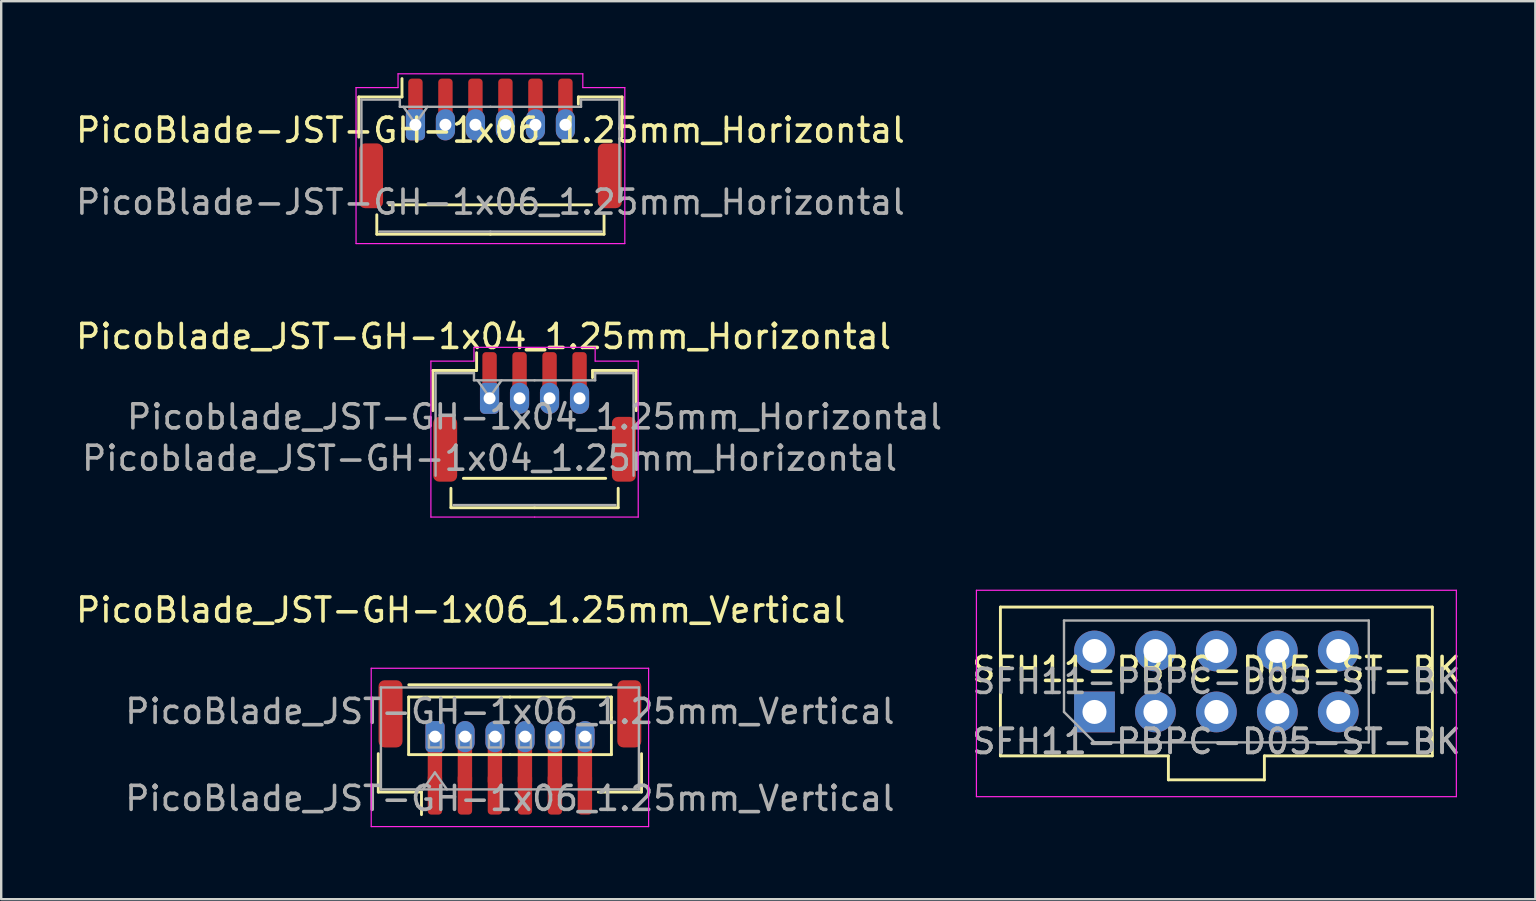
<source format=kicad_pcb>
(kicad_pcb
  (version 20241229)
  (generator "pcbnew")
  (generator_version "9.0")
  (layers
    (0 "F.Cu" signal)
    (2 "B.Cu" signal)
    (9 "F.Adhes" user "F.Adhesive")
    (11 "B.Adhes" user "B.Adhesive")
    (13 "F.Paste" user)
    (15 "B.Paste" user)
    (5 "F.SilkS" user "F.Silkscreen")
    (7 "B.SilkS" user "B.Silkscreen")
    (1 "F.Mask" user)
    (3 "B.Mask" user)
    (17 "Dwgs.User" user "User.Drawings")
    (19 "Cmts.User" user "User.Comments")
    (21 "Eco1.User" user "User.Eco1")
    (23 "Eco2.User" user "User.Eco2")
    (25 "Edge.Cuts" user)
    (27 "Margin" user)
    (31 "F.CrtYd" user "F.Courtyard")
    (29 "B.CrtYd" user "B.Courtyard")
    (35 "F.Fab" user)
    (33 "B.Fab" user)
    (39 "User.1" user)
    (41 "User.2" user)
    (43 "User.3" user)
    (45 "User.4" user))
  (footprint "Picoblade_JST-GH-1x04_1.25mm_Horizontal"
    (layer "F.Cu")
    (at 19.226 14.323)
    (property "Reference" "Picoblade_JST-GH-1x04_1.25mm_Horizontal" (at -2.125 -3.35 0) (unlocked yes) (layer "F.SilkS") (effects (font (size 1 1) (thickness 0.15))))
    (attr through_hole)
    (fp_line (start -4.235 -0.26) (end -4.235 -1.935) (stroke (width 0.12) (type solid)) (layer "F.SilkS"))
    (fp_line (start -3.485 2.975) (end -3.485 3.785) (stroke (width 0.12) (type solid)) (layer "F.SilkS"))
    (fp_line (start -3.485 3.785) (end 0 3.785) (stroke (width 0.12) (type solid)) (layer "F.SilkS"))
    (fp_line (start -2.965 2.56) (end 2.965 2.56) (stroke (width 0.12) (type solid)) (layer "F.SilkS"))
    (fp_line (start -2.415 -1.935) (end -4.235 -1.935) (stroke (width 0.12) (type solid)) (layer "F.SilkS"))
    (fp_line (start -2.415 -1.935) (end -2.415 -2.675) (stroke (width 0.12) (type solid)) (layer "F.SilkS"))
    (fp_line (start 2.415 -1.935) (end 4.235 -1.935) (stroke (width 0.12) (type solid)) (layer "F.SilkS"))
    (fp_line (start 2.415 -1.635) (end 2.415 -1.935) (stroke (width 0.12) (type solid)) (layer "F.SilkS"))
    (fp_line (start 3.485 2.975) (end 3.485 3.785) (stroke (width 0.12) (type solid)) (layer "F.SilkS"))
    (fp_line (start 3.485 3.785) (end 0 3.785) (stroke (width 0.12) (type solid)) (layer "F.SilkS"))
    (fp_line (start 4.235 -0.26) (end 4.235 -1.935) (stroke (width 0.12) (type solid)) (layer "F.SilkS"))
    (fp_line (start -4.32 -2.325) (end -4.32 4.175) (stroke (width 0.05) (type solid)) (layer "F.CrtYd"))
    (fp_line (start -4.32 4.175) (end 0.005 4.175) (stroke (width 0.05) (type solid)) (layer "F.CrtYd"))
    (fp_line (start -2.525 -2.9) (end 2.525 -2.9) (stroke (width 0.05) (type solid)) (layer "F.CrtYd"))
    (fp_line (start -2.525 -2.325) (end -4.32 -2.325) (stroke (width 0.05) (type solid)) (layer "F.CrtYd"))
    (fp_line (start -2.525 -2.325) (end -2.525 -2.9) (stroke (width 0.05) (type solid)) (layer "F.CrtYd"))
    (fp_line (start 2.525 -2.325) (end 2.525 -2.9) (stroke (width 0.05) (type solid)) (layer "F.CrtYd"))
    (fp_line (start 2.525 -2.325) (end 4.32 -2.325) (stroke (width 0.05) (type solid)) (layer "F.CrtYd"))
    (fp_line (start 4.32 4.175) (end 0.005 4.175) (stroke (width 0.05) (type solid)) (layer "F.CrtYd"))
    (fp_line (start 4.32 4.175) (end 4.32 -2.325) (stroke (width 0.05) (type solid)) (layer "F.CrtYd"))
    (fp_line (start -4.125 -1.825) (end -4.125 2.45) (stroke (width 0.1) (type solid)) (layer "F.Fab"))
    (fp_line (start -3.375 3.675) (end 0 3.675) (stroke (width 0.1) (type solid)) (layer "F.Fab"))
    (fp_line (start -2.525 -1.825) (end -4.125 -1.825) (stroke (width 0.1) (type solid)) (layer "F.Fab"))
    (fp_line (start -2.525 -1.525) (end -2.525 -1.825) (stroke (width 0.1) (type solid)) (layer "F.Fab"))
    (fp_line (start -2.375 -1.525) (end -1.875 -0.818) (stroke (width 0.1) (type solid)) (layer "F.Fab"))
    (fp_line (start -1.875 -0.818) (end -1.375 -1.525) (stroke (width 0.1) (type solid)) (layer "F.Fab"))
    (fp_line (start 0 -1.525) (end -2.525 -1.525) (stroke (width 0.1) (type solid)) (layer "F.Fab"))
    (fp_line (start 0 -1.525) (end 2.525 -1.525) (stroke (width 0.1) (type solid)) (layer "F.Fab"))
    (fp_line (start 2.525 -1.825) (end 4.125 -1.825) (stroke (width 0.1) (type solid)) (layer "F.Fab"))
    (fp_line (start 2.525 -1.525) (end 2.525 -1.825) (stroke (width 0.1) (type solid)) (layer "F.Fab"))
    (fp_line (start 3.375 3.675) (end 0 3.675) (stroke (width 0.1) (type solid)) (layer "F.Fab"))
    (fp_line (start 4.125 -1.825) (end 4.125 2.45) (stroke (width 0.1) (type solid)) (layer "F.Fab"))
    (fp_text user "${REFERENCE}" (at 0 0 0) (layer "F.Fab") (effects (font (size 1 1) (thickness 0.15))))
    (fp_text user "${REFERENCE}" (at -1.875 1.725 0) (unlocked yes) (layer "F.Fab") (effects (font (size 1 1) (thickness 0.15))))
    (pad "1" smd roundrect (at -1.875 -1.85) (size 0.6 1.7) (layers "F.Cu" "F.Mask" "F.Paste") (roundrect_rratio 0.25))
    (pad "1" thru_hole roundrect (at -1.875 -0.775) (size 0.8 1.3) (drill 0.5) (layers "*.Cu" "*.Mask") (roundrect_rratio 0.25))
    (pad "2" smd roundrect (at -0.625 -1.85) (size 0.6 1.7) (layers "F.Cu" "F.Mask" "F.Paste") (roundrect_rratio 0.25))
    (pad "2" thru_hole oval (at -0.625 -0.775) (size 0.8 1.3) (drill 0.5) (layers "*.Cu" "*.Mask"))
    (pad "3" smd roundrect (at 0.625 -1.85) (size 0.6 1.7) (layers "F.Cu" "F.Mask" "F.Paste") (roundrect_rratio 0.25))
    (pad "3" thru_hole oval (at 0.625 -0.775) (size 0.8 1.3) (drill 0.5) (layers "*.Cu" "*.Mask"))
    (pad "4" smd roundrect (at 1.875 -1.85) (size 0.6 1.7) (layers "F.Cu" "F.Mask" "F.Paste") (roundrect_rratio 0.25))
    (pad "4" thru_hole oval (at 1.875 -0.775) (size 0.8 1.3) (drill 0.5) (layers "*.Cu" "*.Mask"))
    (pad "MP" smd roundrect (at -3.725 1.35) (size 1 2.7) (layers "F.Cu" "F.Mask" "F.Paste") (roundrect_rratio 0.25))
    (pad "MP" smd roundrect (at 3.725 1.35) (size 1 2.7) (layers "F.Cu" "F.Mask" "F.Paste") (roundrect_rratio 0.25)))
  (footprint "PicoBlade_JST-GH-1x06_1.25mm_Vertical"
    (layer "F.Cu")
    (at 18.199 26.297)
    (property "Reference" "PicoBlade_JST-GH-1x06_1.25mm_Vertical" (at -2.05 -3.925 0) (unlocked yes) (layer "F.SilkS") (effects (font (size 1 1) (thickness 0.15))))
    (attr through_hole)
    (fp_line (start -5.485 2.06) (end -5.485 3.66) (stroke (width 0.12) (type solid)) (layer "F.SilkS"))
    (fp_line (start -5.485 3.66) (end -3.685 3.66) (stroke (width 0.12) (type solid)) (layer "F.SilkS"))
    (fp_line (start -4.22 -0.3) (end 0.005 -0.3) (stroke (width 0.12) (type solid)) (layer "F.SilkS"))
    (fp_line (start -4.22 0.55) (end -4.22 -0.3) (stroke (width 0.12) (type solid)) (layer "F.SilkS"))
    (fp_line (start -4.22 2.1) (end -4.22 0.55) (stroke (width 0.12) (type solid)) (layer "F.SilkS"))
    (fp_line (start -4.215 -0.81) (end 4.215 -0.81) (stroke (width 0.12) (type solid)) (layer "F.SilkS"))
    (fp_line (start -3.685 3.66) (end -3.685 4.6) (stroke (width 0.12) (type solid)) (layer "F.SilkS"))
    (fp_line (start 0.005 2.1) (end -4.22 2.1) (stroke (width 0.12) (type solid)) (layer "F.SilkS"))
    (fp_line (start 0.005 2.1) (end 4.23 2.1) (stroke (width 0.12) (type solid)) (layer "F.SilkS"))
    (fp_line (start 4.23 -0.3) (end 0.005 -0.3) (stroke (width 0.12) (type solid)) (layer "F.SilkS"))
    (fp_line (start 4.23 0.55) (end 4.23 -0.3) (stroke (width 0.12) (type solid)) (layer "F.SilkS"))
    (fp_line (start 4.23 2.1) (end 4.23 0.55) (stroke (width 0.12) (type solid)) (layer "F.SilkS"))
    (fp_line (start 5.485 2.06) (end 5.485 3.66) (stroke (width 0.12) (type solid)) (layer "F.SilkS"))
    (fp_line (start 5.485 3.66) (end 3.685 3.66) (stroke (width 0.12) (type solid)) (layer "F.SilkS"))
    (fp_line (start -5.78 -1.5) (end -5.78 5.1) (stroke (width 0.05) (type solid)) (layer "F.CrtYd"))
    (fp_line (start -5.78 5.1) (end 5.78 5.1) (stroke (width 0.05) (type solid)) (layer "F.CrtYd"))
    (fp_line (start 5.78 -1.5) (end -5.78 -1.5) (stroke (width 0.05) (type solid)) (layer "F.CrtYd"))
    (fp_line (start 5.78 5.1) (end 5.78 -1.5) (stroke (width 0.05) (type solid)) (layer "F.CrtYd"))
    (fp_line (start -5.375 -0.7) (end 5.375 -0.7) (stroke (width 0.1) (type solid)) (layer "F.Fab"))
    (fp_line (start -5.375 3.55) (end -5.375 -0.7) (stroke (width 0.1) (type solid)) (layer "F.Fab"))
    (fp_line (start -5.375 3.55) (end 5.375 3.55) (stroke (width 0.1) (type solid)) (layer "F.Fab"))
    (fp_line (start -3.625 3.55) (end -3.125 2.843) (stroke (width 0.1) (type solid)) (layer "F.Fab"))
    (fp_line (start -3.375 1.3) (end -3.375 1.8) (stroke (width 0.1) (type solid)) (layer "F.Fab"))
    (fp_line (start -3.375 1.8) (end -2.875 1.8) (stroke (width 0.1) (type solid)) (layer "F.Fab"))
    (fp_line (start -3.125 2.843) (end -2.625 3.55) (stroke (width 0.1) (type solid)) (layer "F.Fab"))
    (fp_line (start -2.875 1.3) (end -3.375 1.3) (stroke (width 0.1) (type solid)) (layer "F.Fab"))
    (fp_line (start -2.875 1.8) (end -2.875 1.3) (stroke (width 0.1) (type solid)) (layer "F.Fab"))
    (fp_line (start -2.125 1.3) (end -2.125 1.8) (stroke (width 0.1) (type solid)) (layer "F.Fab"))
    (fp_line (start -2.125 1.8) (end -1.625 1.8) (stroke (width 0.1) (type solid)) (layer "F.Fab"))
    (fp_line (start -1.625 1.3) (end -2.125 1.3) (stroke (width 0.1) (type solid)) (layer "F.Fab"))
    (fp_line (start -1.625 1.8) (end -1.625 1.3) (stroke (width 0.1) (type solid)) (layer "F.Fab"))
    (fp_line (start -0.875 1.3) (end -0.875 1.8) (stroke (width 0.1) (type solid)) (layer "F.Fab"))
    (fp_line (start -0.875 1.8) (end -0.375 1.8) (stroke (width 0.1) (type solid)) (layer "F.Fab"))
    (fp_line (start -0.375 1.3) (end -0.875 1.3) (stroke (width 0.1) (type solid)) (layer "F.Fab"))
    (fp_line (start -0.375 1.8) (end -0.375 1.3) (stroke (width 0.1) (type solid)) (layer "F.Fab"))
    (fp_line (start 0.375 1.3) (end 0.375 1.8) (stroke (width 0.1) (type solid)) (layer "F.Fab"))
    (fp_line (start 0.375 1.8) (end 0.875 1.8) (stroke (width 0.1) (type solid)) (layer "F.Fab"))
    (fp_line (start 0.875 1.3) (end 0.375 1.3) (stroke (width 0.1) (type solid)) (layer "F.Fab"))
    (fp_line (start 0.875 1.8) (end 0.875 1.3) (stroke (width 0.1) (type solid)) (layer "F.Fab"))
    (fp_line (start 1.625 1.3) (end 1.625 1.8) (stroke (width 0.1) (type solid)) (layer "F.Fab"))
    (fp_line (start 1.625 1.8) (end 2.125 1.8) (stroke (width 0.1) (type solid)) (layer "F.Fab"))
    (fp_line (start 2.125 1.3) (end 1.625 1.3) (stroke (width 0.1) (type solid)) (layer "F.Fab"))
    (fp_line (start 2.125 1.8) (end 2.125 1.3) (stroke (width 0.1) (type solid)) (layer "F.Fab"))
    (fp_line (start 2.875 1.3) (end 2.875 1.8) (stroke (width 0.1) (type solid)) (layer "F.Fab"))
    (fp_line (start 2.875 1.8) (end 3.375 1.8) (stroke (width 0.1) (type solid)) (layer "F.Fab"))
    (fp_line (start 3.375 1.3) (end 2.875 1.3) (stroke (width 0.1) (type solid)) (layer "F.Fab"))
    (fp_line (start 3.375 1.8) (end 3.375 1.3) (stroke (width 0.1) (type solid)) (layer "F.Fab"))
    (fp_line (start 5.375 3.55) (end 5.375 -0.7) (stroke (width 0.1) (type solid)) (layer "F.Fab"))
    (fp_text user "${REFERENCE}" (at 0 3.925 0) (unlocked yes) (layer "F.Fab") (effects (font (size 1 1) (thickness 0.15))))
    (fp_text user "${REFERENCE}" (at 0 0.3 0) (layer "F.Fab") (effects (font (size 1 1) (thickness 0.15))))
    (pad "1" smd roundrect (at -3.125 2.525) (size 0.6 1.7) (layers "F.Cu") (roundrect_rratio 0.25))
    (pad "1" smd roundrect (at -3.125 3.75) (size 0.6 1.7) (layers "F.Cu" "F.Mask" "F.Paste") (roundrect_rratio 0.25))
    (pad "1" thru_hole roundrect (at -3.12 1.35) (size 0.8 1.3) (drill 0.5) (layers "*.Cu" "*.Mask") (roundrect_rratio 0.25))
    (pad "2" smd roundrect (at -1.875 2.525) (size 0.6 1.7) (layers "F.Cu") (roundrect_rratio 0.25))
    (pad "2" smd roundrect (at -1.875 3.75) (size 0.6 1.7) (layers "F.Cu" "F.Mask" "F.Paste") (roundrect_rratio 0.25))
    (pad "2" thru_hole oval (at -1.87 1.35) (size 0.8 1.3) (drill 0.5) (layers "*.Cu" "*.Mask"))
    (pad "3" smd roundrect (at -0.625 2.525) (size 0.6 1.7) (layers "F.Cu") (roundrect_rratio 0.25))
    (pad "3" smd roundrect (at -0.625 3.75) (size 0.6 1.7) (layers "F.Cu" "F.Mask" "F.Paste") (roundrect_rratio 0.25))
    (pad "3" thru_hole oval (at -0.62 1.35) (size 0.8 1.3) (drill 0.5) (layers "*.Cu" "*.Mask"))
    (pad "4" smd roundrect (at 0.625 2.525) (size 0.6 1.7) (layers "F.Cu") (roundrect_rratio 0.25))
    (pad "4" smd roundrect (at 0.625 3.75) (size 0.6 1.7) (layers "F.Cu" "F.Mask" "F.Paste") (roundrect_rratio 0.25))
    (pad "4" thru_hole oval (at 0.63 1.35) (size 0.8 1.3) (drill 0.5) (layers "*.Cu" "*.Mask"))
    (pad "5" smd roundrect (at 1.875 2.525) (size 0.6 1.7) (layers "F.Cu") (roundrect_rratio 0.25))
    (pad "5" smd roundrect (at 1.875 3.75) (size 0.6 1.7) (layers "F.Cu" "F.Mask" "F.Paste") (roundrect_rratio 0.25))
    (pad "5" thru_hole oval (at 1.88 1.35) (size 0.8 1.3) (drill 0.5) (layers "*.Cu" "*.Mask"))
    (pad "6" smd roundrect (at 3.125 2.525) (size 0.6 1.7) (layers "F.Cu") (roundrect_rratio 0.25))
    (pad "6" smd roundrect (at 3.125 3.75) (size 0.6 1.7) (layers "F.Cu" "F.Mask" "F.Paste") (roundrect_rratio 0.25))
    (pad "6" thru_hole oval (at 3.13 1.35) (size 0.8 1.3) (drill 0.5) (layers "*.Cu" "*.Mask"))
    (pad "MP" smd roundrect (at -4.975 0.4) (size 1 2.8) (layers "F.Cu" "F.Mask" "F.Paste") (roundrect_rratio 0.25))
    (pad "MP" smd roundrect (at 4.975 0.4) (size 1 2.8) (layers "F.Cu" "F.Mask" "F.Paste") (roundrect_rratio 0.25)))
  (footprint "PicoBlade-JST-GH-1x06_1.25mm_Horizontal"
    (layer "F.Cu")
    (at 17.387 2.925)
    (property "Reference" "PicoBlade-JST-GH-1x06_1.25mm_Horizontal" (at 0 -0.55 0) (unlocked yes) (layer "F.SilkS") (effects (font (size 1 1) (thickness 0.15))))
    (attr through_hole)
    (fp_line (start -5.485 -0.26) (end -5.485 -1.935) (stroke (width 0.12) (type solid)) (layer "F.SilkS"))
    (fp_line (start -4.735 2.975) (end -4.735 3.785) (stroke (width 0.12) (type solid)) (layer "F.SilkS"))
    (fp_line (start -4.735 3.785) (end 0 3.785) (stroke (width 0.12) (type solid)) (layer "F.SilkS"))
    (fp_line (start -4.215 2.56) (end 4.215 2.56) (stroke (width 0.12) (type solid)) (layer "F.SilkS"))
    (fp_line (start -3.685 -1.935) (end -5.485 -1.935) (stroke (width 0.12) (type solid)) (layer "F.SilkS"))
    (fp_line (start -3.685 -1.935) (end -3.685 -2.7) (stroke (width 0.12) (type solid)) (layer "F.SilkS"))
    (fp_line (start 3.665 -1.935) (end 5.485 -1.935) (stroke (width 0.12) (type solid)) (layer "F.SilkS"))
    (fp_line (start 3.665 -1.635) (end 3.665 -1.935) (stroke (width 0.12) (type solid)) (layer "F.SilkS"))
    (fp_line (start 4.735 2.975) (end 4.735 3.785) (stroke (width 0.12) (type solid)) (layer "F.SilkS"))
    (fp_line (start 4.735 3.785) (end 0 3.785) (stroke (width 0.12) (type solid)) (layer "F.SilkS"))
    (fp_line (start 5.485 -0.26) (end 5.485 -1.935) (stroke (width 0.12) (type solid)) (layer "F.SilkS"))
    (fp_line (start -5.6 -2.325) (end -5.6 4.175) (stroke (width 0.05) (type solid)) (layer "F.CrtYd"))
    (fp_line (start -5.6 4.175) (end -0.005 4.175) (stroke (width 0.05) (type solid)) (layer "F.CrtYd"))
    (fp_line (start -3.85 -2.325) (end -5.6 -2.325) (stroke (width 0.05) (type solid)) (layer "F.CrtYd"))
    (fp_line (start -3.85 -2.325) (end -3.85 -2.9) (stroke (width 0.05) (type solid)) (layer "F.CrtYd"))
    (fp_line (start 3.85 -2.9) (end -3.85 -2.9) (stroke (width 0.05) (type solid)) (layer "F.CrtYd"))
    (fp_line (start 3.85 -2.325) (end 3.85 -2.9) (stroke (width 0.05) (type solid)) (layer "F.CrtYd"))
    (fp_line (start 3.85 -2.325) (end 5.6 -2.325) (stroke (width 0.05) (type solid)) (layer "F.CrtYd"))
    (fp_line (start 5.6 -2.325) (end 5.6 4.175) (stroke (width 0.05) (type solid)) (layer "F.CrtYd"))
    (fp_line (start 5.6 4.175) (end 0.005 4.175) (stroke (width 0.05) (type solid)) (layer "F.CrtYd"))
    (fp_line (start -5.375 -1.825) (end -5.375 2.45) (stroke (width 0.1) (type solid)) (layer "F.Fab"))
    (fp_line (start -4.625 3.675) (end 0 3.675) (stroke (width 0.1) (type solid)) (layer "F.Fab"))
    (fp_line (start -3.775 -1.825) (end -5.375 -1.825) (stroke (width 0.1) (type solid)) (layer "F.Fab"))
    (fp_line (start -3.775 -1.525) (end -3.775 -1.825) (stroke (width 0.1) (type solid)) (layer "F.Fab"))
    (fp_line (start -3.625 -1.525) (end -3.125 -0.818) (stroke (width 0.1) (type solid)) (layer "F.Fab"))
    (fp_line (start -3.125 -0.818) (end -2.625 -1.525) (stroke (width 0.1) (type solid)) (layer "F.Fab"))
    (fp_line (start 0 -1.525) (end -3.775 -1.525) (stroke (width 0.1) (type solid)) (layer "F.Fab"))
    (fp_line (start 0 -1.525) (end 3.775 -1.525) (stroke (width 0.1) (type solid)) (layer "F.Fab"))
    (fp_line (start 3.775 -1.825) (end 5.375 -1.825) (stroke (width 0.1) (type solid)) (layer "F.Fab"))
    (fp_line (start 3.775 -1.525) (end 3.775 -1.825) (stroke (width 0.1) (type solid)) (layer "F.Fab"))
    (fp_line (start 4.625 3.675) (end 0 3.675) (stroke (width 0.1) (type solid)) (layer "F.Fab"))
    (fp_line (start 5.375 -1.825) (end 5.375 2.45) (stroke (width 0.1) (type solid)) (layer "F.Fab"))
    (fp_text user "${REFERENCE}" (at 0 2.45 0) (unlocked yes) (layer "F.Fab") (effects (font (size 1 1) (thickness 0.15))))
    (pad "1" smd roundrect (at -3.125 -1.85) (size 0.6 1.7) (layers "F.Cu" "F.Mask" "F.Paste") (roundrect_rratio 0.25))
    (pad "1" thru_hole roundrect (at -3.125 -0.775) (size 0.8 1.3) (drill 0.5) (layers "*.Cu" "*.Mask") (roundrect_rratio 0.25))
    (pad "2" smd roundrect (at -1.875 -1.85) (size 0.6 1.7) (layers "F.Cu" "F.Mask" "F.Paste") (roundrect_rratio 0.25))
    (pad "2" thru_hole oval (at -1.875 -0.775) (size 0.8 1.3) (drill 0.5) (layers "*.Cu" "*.Mask"))
    (pad "3" smd roundrect (at -0.625 -1.85) (size 0.6 1.7) (layers "F.Cu" "F.Mask" "F.Paste") (roundrect_rratio 0.25))
    (pad "3" thru_hole oval (at -0.625 -0.775) (size 0.8 1.3) (drill 0.5) (layers "*.Cu" "*.Mask"))
    (pad "4" smd roundrect (at 0.625 -1.85) (size 0.6 1.7) (layers "F.Cu" "F.Mask" "F.Paste") (roundrect_rratio 0.25))
    (pad "4" thru_hole oval (at 0.625 -0.775) (size 0.8 1.3) (drill 0.5) (layers "*.Cu" "*.Mask"))
    (pad "5" smd roundrect (at 1.875 -1.85) (size 0.6 1.7) (layers "F.Cu" "F.Mask" "F.Paste") (roundrect_rratio 0.25))
    (pad "5" thru_hole oval (at 1.875 -0.775) (size 0.8 1.3) (drill 0.5) (layers "*.Cu" "*.Mask"))
    (pad "6" smd roundrect (at 3.125 -1.85) (size 0.6 1.7) (layers "F.Cu" "F.Mask" "F.Paste") (roundrect_rratio 0.25))
    (pad "6" thru_hole oval (at 3.125 -0.775) (size 0.8 1.3) (drill 0.5) (layers "*.Cu" "*.Mask"))
    (pad "MP" smd roundrect (at -4.975 1.35) (size 1 2.7) (layers "F.Cu" "F.Mask" "F.Paste") (roundrect_rratio 0.25))
    (pad "MP" smd roundrect (at 4.975 1.35) (size 1 2.7) (layers "F.Cu" "F.Mask" "F.Paste") (roundrect_rratio 0.25)))
  (footprint "SFH11-PBPC-D05-ST-BK"
    (layer "F.Cu")
    (at 47.639 25.348)
    (property "Reference" "SFH11-PBPC-D05-ST-BK" (at 0 -0.5 0) (unlocked yes) (layer "F.SilkS") (effects (font (size 1 1) (thickness 0.15))))
    (attr through_hole)
    (fp_line (start -9 -3.1) (end -9 3.1) (stroke (width 0.12) (type solid)) (layer "F.SilkS"))
    (fp_line (start -9 -3.1) (end 9 -3.1) (stroke (width 0.12) (type solid)) (layer "F.SilkS"))
    (fp_line (start -9 3.1) (end -2 3.1) (stroke (width 0.12) (type solid)) (layer "F.SilkS"))
    (fp_line (start -2 3.1) (end -2 4.1) (stroke (width 0.12) (type solid)) (layer "F.SilkS"))
    (fp_line (start -2 4.1) (end 2 4.1) (stroke (width 0.12) (type solid)) (layer "F.SilkS"))
    (fp_line (start 2 3.1) (end 2 4.1) (stroke (width 0.12) (type solid)) (layer "F.SilkS"))
    (fp_line (start 2 3.1) (end 9 3.1) (stroke (width 0.12) (type solid)) (layer "F.SilkS"))
    (fp_line (start 9 -3.1) (end 9 3.1) (stroke (width 0.12) (type solid)) (layer "F.SilkS"))
    (fp_line (start -10 -3.8) (end -10 4.8) (stroke (width 0.05) (type solid)) (layer "F.CrtYd"))
    (fp_line (start -10 4.8) (end 10 4.8) (stroke (width 0.05) (type solid)) (layer "F.CrtYd"))
    (fp_line (start 10 -3.8) (end -10 -3.8) (stroke (width 0.05) (type solid)) (layer "F.CrtYd"))
    (fp_line (start 10 4.8) (end 10 -3.8) (stroke (width 0.05) (type solid)) (layer "F.CrtYd"))
    (fp_line (start -6.35 -2.54) (end 6.35 -2.54) (stroke (width 0.1) (type solid)) (layer "F.Fab"))
    (fp_line (start -6.35 1.27) (end -6.35 -2.54) (stroke (width 0.1) (type solid)) (layer "F.Fab"))
    (fp_line (start -5.08 2.54) (end -6.35 1.27) (stroke (width 0.1) (type solid)) (layer "F.Fab"))
    (fp_line (start 6.35 -2.54) (end 6.35 2.54) (stroke (width 0.1) (type solid)) (layer "F.Fab"))
    (fp_line (start 6.35 2.54) (end -5.08 2.54) (stroke (width 0.1) (type solid)) (layer "F.Fab"))
    (fp_text user "${REFERENCE}" (at 0 0 180) (layer "F.Fab") (effects (font (size 1 1) (thickness 0.15))))
    (fp_text user "${REFERENCE}" (at 0 2.5 0) (unlocked yes) (layer "F.Fab") (effects (font (size 1 1) (thickness 0.15))))
    (fp_text user "${REFERENCE}" (at 0 2.5 0) (unlocked yes) (layer "F.Fab") (effects (font (size 1 1) (thickness 0.15))))
    (pad "1" thru_hole rect (at -5.08 1.27 90) (size 1.7 1.7) (drill 1) (layers "*.Cu" "*.Mask"))
    (pad "2" thru_hole oval (at -5.08 -1.27 90) (size 1.7 1.7) (drill 1) (layers "*.Cu" "*.Mask"))
    (pad "3" thru_hole oval (at -2.54 1.27 90) (size 1.7 1.7) (drill 1) (layers "*.Cu" "*.Mask"))
    (pad "4" thru_hole oval (at -2.54 -1.27 90) (size 1.7 1.7) (drill 1) (layers "*.Cu" "*.Mask"))
    (pad "5" thru_hole oval (at 0 1.27 90) (size 1.7 1.7) (drill 1) (layers "*.Cu" "*.Mask"))
    (pad "6" thru_hole oval (at 0 -1.27 90) (size 1.7 1.7) (drill 1) (layers "*.Cu" "*.Mask"))
    (pad "7" thru_hole oval (at 2.54 1.27 90) (size 1.7 1.7) (drill 1) (layers "*.Cu" "*.Mask"))
    (pad "8" thru_hole oval (at 2.54 -1.27 90) (size 1.7 1.7) (drill 1) (layers "*.Cu" "*.Mask"))
    (pad "9" thru_hole oval (at 5.08 1.27 90) (size 1.7 1.7) (drill 1) (layers "*.Cu" "*.Mask"))
    (pad "10" thru_hole oval (at 5.08 -1.27 90) (size 1.7 1.7) (drill 1) (layers "*.Cu" "*.Mask")))
  (gr_rect
    (start -3 -3)
    (end 60.931 34.422)
    (stroke (width 0.1) (type default))
    (fill no)
    (layer "Edge.Cuts")))
</source>
